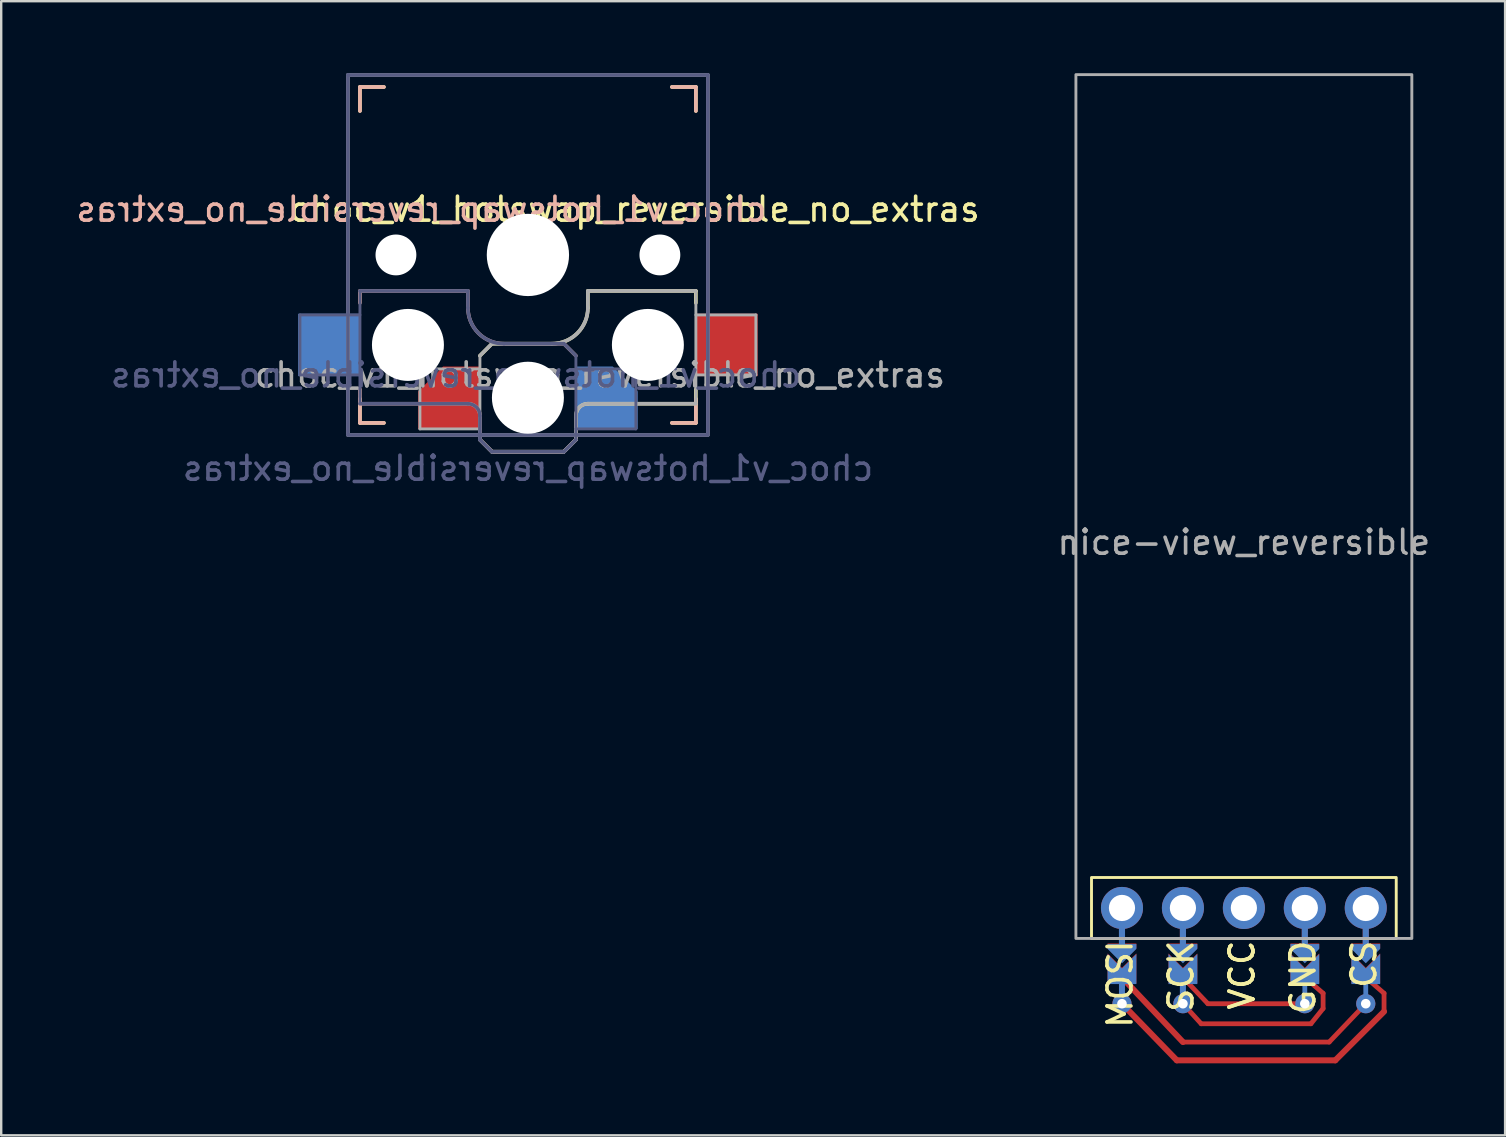
<source format=kicad_pcb>
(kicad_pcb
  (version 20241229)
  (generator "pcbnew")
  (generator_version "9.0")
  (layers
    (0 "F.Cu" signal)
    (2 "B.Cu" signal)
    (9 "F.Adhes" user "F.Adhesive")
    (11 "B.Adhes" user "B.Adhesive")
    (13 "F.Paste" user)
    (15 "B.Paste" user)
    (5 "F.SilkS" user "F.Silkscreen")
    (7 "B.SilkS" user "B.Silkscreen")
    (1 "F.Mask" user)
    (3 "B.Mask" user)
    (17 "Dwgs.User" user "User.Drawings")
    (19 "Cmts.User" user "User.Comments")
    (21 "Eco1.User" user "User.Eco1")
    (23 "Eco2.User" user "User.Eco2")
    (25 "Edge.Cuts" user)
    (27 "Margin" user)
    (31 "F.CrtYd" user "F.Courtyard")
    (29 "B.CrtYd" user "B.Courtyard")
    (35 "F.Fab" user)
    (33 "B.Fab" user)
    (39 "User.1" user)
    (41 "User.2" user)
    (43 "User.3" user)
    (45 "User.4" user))
  (footprint "nice-view_reversible"
    (layer "F.Cu")
    (at 48.789 18.28)
    (property "Reference" "nice-view_reversible" (at 0 1.27 0) (unlocked yes) (layer "F.Fab") (effects (font (size 1 1) (thickness 0.15))))
    (attr through_hole)
    (fp_line (start -5.08 16.611) (end -5.08 18.389) (stroke (width 0.25) (type default)) (layer "F.Cu"))
    (fp_line (start -5.08 19.405) (end -2.54 22.098) (stroke (width 0.25) (type default)) (layer "F.Cu"))
    (fp_line (start -5.08 20.5) (end -2.794 22.86) (stroke (width 0.25) (type default)) (layer "F.Cu"))
    (fp_line (start -2.794 22.86) (end 3.81 22.86) (stroke (width 0.25) (type default)) (layer "F.Cu"))
    (fp_line (start -2.54 16.611) (end -2.54 18.389) (stroke (width 0.254) (type default)) (layer "F.Cu"))
    (fp_line (start -2.54 19.405) (end -1.5 20.5) (stroke (width 0.2) (type default)) (layer "F.Cu"))
    (fp_line (start -2.54 22.098) (end 3.556 22.098) (stroke (width 0.2) (type default)) (layer "F.Cu"))
    (fp_line (start -1.778 21.336) (end -2.54 20.5) (stroke (width 0.2) (type default)) (layer "F.Cu"))
    (fp_line (start -1.5 20.5) (end 2.54 20.5) (stroke (width 0.2) (type default)) (layer "F.Cu"))
    (fp_line (start 2.54 16.611) (end 2.54 18.389) (stroke (width 0.254) (type default)) (layer "F.Cu"))
    (fp_line (start 2.54 19.405) (end 3.302 20.066) (stroke (width 0.2) (type default)) (layer "F.Cu"))
    (fp_line (start 2.794 21.336) (end -1.778 21.336) (stroke (width 0.2) (type default)) (layer "F.Cu"))
    (fp_line (start 2.794 21.336) (end 3.302 20.701) (stroke (width 0.2) (type default)) (layer "F.Cu"))
    (fp_line (start 3.302 20.066) (end 3.302 20.701) (stroke (width 0.2) (type default)) (layer "F.Cu"))
    (fp_line (start 3.556 22.098) (end 5.08 20.5) (stroke (width 0.2) (type default)) (layer "F.Cu"))
    (fp_line (start 3.81 22.86) (end 5.842 20.828) (stroke (width 0.25) (type default)) (layer "F.Cu"))
    (fp_line (start 5.08 16.611) (end 5.08 18.389) (stroke (width 0.254) (type default)) (layer "F.Cu"))
    (fp_line (start 5.842 20.066) (end 5.08 19.405) (stroke (width 0.2) (type default)) (layer "F.Cu"))
    (fp_line (start 5.842 20.828) (end 5.842 20.066) (stroke (width 0.2) (type default)) (layer "F.Cu"))
    (fp_poly (pts (xy -4.572 19.151) (xy -5.588 19.151) (xy -5.588 18.135) (xy -4.572 18.135)) (stroke (width 0.2) (type solid)) (fill yes) (layer "F.Mask"))
    (fp_poly (pts (xy -2.032 19.151) (xy -3.048 19.151) (xy -3.048 18.135) (xy -2.032 18.135)) (stroke (width 0.2) (type solid)) (fill yes) (layer "F.Mask"))
    (fp_poly (pts (xy 3.048 19.151) (xy 2.032 19.151) (xy 2.032 18.135) (xy 3.048 18.135)) (stroke (width 0.2) (type solid)) (fill yes) (layer "F.Mask"))
    (fp_poly (pts (xy 5.588 19.151) (xy 4.572 19.151) (xy 4.572 18.135) (xy 5.588 18.135)) (stroke (width 0.2) (type solid)) (fill yes) (layer "F.Mask"))
    (fp_line (start -5.08 16.637) (end -5.08 18.415) (stroke (width 0.254) (type default)) (layer "B.Cu"))
    (fp_line (start -5.08 19.431) (end -5.08 20.526) (stroke (width 0.25) (type default)) (layer "B.Cu"))
    (fp_line (start -2.54 16.637) (end -2.54 18.415) (stroke (width 0.254) (type default)) (layer "B.Cu"))
    (fp_line (start -2.54 20.447) (end -2.54 19.177) (stroke (width 0.254) (type default)) (layer "B.Cu"))
    (fp_line (start 2.54 16.637) (end 2.54 18.415) (stroke (width 0.254) (type default)) (layer "B.Cu"))
    (fp_line (start 2.54 19.431) (end 2.54 20.526) (stroke (width 0.2) (type default)) (layer "B.Cu"))
    (fp_line (start 5.08 16.637) (end 5.08 18.415) (stroke (width 0.254) (type default)) (layer "B.Cu"))
    (fp_line (start 5.08 19.431) (end 5.08 20.526) (stroke (width 0.2) (type default)) (layer "B.Cu"))
    (fp_poly (pts (xy -4.572 19.151) (xy -5.588 19.151) (xy -5.588 18.135) (xy -4.572 18.135)) (stroke (width 0.2) (type solid)) (fill yes) (layer "B.Mask"))
    (fp_poly (pts (xy -2.032 19.151) (xy -3.048 19.151) (xy -3.048 18.135) (xy -2.032 18.135)) (stroke (width 0.2) (type solid)) (fill yes) (layer "B.Mask"))
    (fp_poly (pts (xy 3.048 19.151) (xy 2.032 19.151) (xy 2.032 18.135) (xy 3.048 18.135)) (stroke (width 0.2) (type solid)) (fill yes) (layer "B.Mask"))
    (fp_poly (pts (xy 5.588 19.151) (xy 4.572 19.151) (xy 4.572 18.135) (xy 5.588 18.135)) (stroke (width 0.2) (type solid)) (fill yes) (layer "B.Mask"))
    (fp_rect (start -6.35 15.24) (end 6.35 17.78) (stroke (width 0.12) (type solid)) (fill no) (layer "F.SilkS"))
    (fp_rect (start 7 17.78) (end -7 -18.22) (stroke (width 0.12) (type solid)) (fill no) (layer "F.Fab"))
    (fp_text user "GND" (at 2.46 17.78 90) (unlocked yes) (layer "F.SilkS") (effects (font (size 1 1) (thickness 0.15)) (justify right)))
    (fp_text user "SCK" (at -2.62 17.78 90) (unlocked yes) (layer "F.SilkS") (effects (font (size 1 1) (thickness 0.15)) (justify right)))
    (fp_text user "MOSI" (at -5.16 17.78 90) (unlocked yes) (layer "F.SilkS") (effects (font (size 1 1) (thickness 0.15)) (justify right)))
    (fp_text user "VCC" (at -0.08 17.78 90) (unlocked yes) (layer "F.SilkS") (effects (font (size 1 1) (thickness 0.15)) (justify right)))
    (fp_text user "CS" (at 5 17.78 90) (unlocked yes) (layer "F.SilkS") (effects (font (size 1 1) (thickness 0.15)) (justify right)))
    (fp_text user "VCC" (at -0.08 17.78 90) (unlocked yes) (layer "F.SilkS") (effects (font (size 1 1) (thickness 0.15)) (justify right)))
    (pad "" smd custom (at -5.08 18.389) (size 0.1 0.1) (layers "F.Cu" "B.Mask") (options (anchor rect)) (primitives (gr_poly (pts (xy 0.6 -0.4) (xy -0.6 -0.4) (xy -0.6 -0.2) (xy 0 0.4) (xy 0.6 -0.2)) (width 0) (fill yes))))
    (pad "" smd custom (at -5.08 18.415) (size 0.1 0.1) (layers "F.Mask" "B.Cu") (options (anchor rect)) (primitives (gr_poly (pts (xy 0.6 -0.4) (xy -0.6 -0.4) (xy -0.6 -0.2) (xy 0 0.4) (xy 0.6 -0.2)) (width 0) (fill yes))))
    (pad "" smd custom (at -2.54 18.389) (size 0.1 0.1) (layers "F.Cu" "F.Mask") (options (anchor rect)) (primitives (gr_poly (pts (xy -0.6 -0.4) (xy 0.6 -0.4) (xy 0.6 -0.2) (xy 0 0.4) (xy -0.6 -0.2)) (width 0) (fill yes))))
    (pad "" smd custom (at -2.54 18.415) (size 0.1 0.1) (layers "F.Mask" "B.Cu") (options (anchor rect)) (primitives (gr_poly (pts (xy 0.6 -0.4) (xy -0.6 -0.4) (xy -0.6 -0.2) (xy 0 0.4) (xy 0.6 -0.2)) (width 0) (fill yes))))
    (pad "" smd custom (at 2.54 18.389) (size 0.1 0.1) (layers "F.Cu" "B.Mask") (options (anchor rect)) (primitives (gr_poly (pts (xy 0.6 -0.4) (xy -0.6 -0.4) (xy -0.6 -0.2) (xy 0 0.4) (xy 0.6 -0.2)) (width 0) (fill yes))))
    (pad "" smd custom (at 2.54 18.415) (size 0.1 0.1) (layers "F.Mask" "B.Cu") (options (anchor rect)) (primitives (gr_poly (pts (xy 0.6 -0.4) (xy -0.6 -0.4) (xy -0.6 -0.2) (xy 0 0.4) (xy 0.6 -0.2)) (width 0) (fill yes))))
    (pad "" smd custom (at 5.08 18.389) (size 0.1 0.1) (layers "F.Cu" "B.Mask") (options (anchor rect)) (primitives (gr_poly (pts (xy 0.6 -0.4) (xy -0.6 -0.4) (xy -0.6 -0.2) (xy 0 0.4) (xy 0.6 -0.2)) (width 0) (fill yes))))
    (pad "" smd custom (at 5.08 18.415) (size 0.1 0.1) (layers "F.Mask" "B.Cu") (options (anchor rect)) (primitives (gr_poly (pts (xy 0.6 -0.4) (xy -0.6 -0.4) (xy -0.6 -0.2) (xy 0 0.4) (xy 0.6 -0.2)) (width 0) (fill yes))))
    (pad "1" thru_hole circle (at -5.08 16.51) (size 1.753 1.753) (drill 1.092) (layers "*.Cu" "*.Mask"))
    (pad "1" smd custom (at -5.08 19.431) (size 1.2 0.5) (layers "F.Mask" "B.Cu") (options (anchor rect)) (primitives (gr_poly (pts (xy 0.6 0) (xy -0.6 0) (xy -0.6 -1) (xy 0 -0.4) (xy 0.6 -1)) (width 0) (fill yes))))
    (pad "1" thru_hole circle (at -5.08 20.5 180) (size 0.8 0.8) (drill 0.4) (layers "*.Cu"))
    (pad "1" smd custom (at 5.08 19.405) (size 1.2 0.5) (layers "F.Cu" "B.Mask") (options (anchor rect)) (primitives (gr_poly (pts (xy 0.6 0) (xy -0.6 0) (xy -0.6 -1) (xy 0 -0.4) (xy 0.6 -1)) (width 0) (fill yes))))
    (pad "2" thru_hole circle (at -2.54 16.51) (size 1.753 1.753) (drill 1.092) (layers "*.Cu" "*.Mask"))
    (pad "2" smd custom (at -2.54 19.431) (size 1.2 0.5) (layers "F.Mask" "B.Cu") (options (anchor rect)) (primitives (gr_poly (pts (xy 0.6 0) (xy -0.6 0) (xy -0.6 -1) (xy 0 -0.4) (xy 0.6 -1)) (width 0) (fill yes))))
    (pad "2" thru_hole circle (at -2.54 20.5 180) (size 0.8 0.8) (drill 0.4) (layers "*.Cu"))
    (pad "2" smd custom (at 2.54 19.405) (size 1.2 0.5) (layers "F.Cu" "B.Mask") (options (anchor rect)) (primitives (gr_poly (pts (xy 0.6 0) (xy -0.6 0) (xy -0.6 -1) (xy 0 -0.4) (xy 0.6 -1)) (width 0) (fill yes))))
    (pad "3" thru_hole circle (at 0 16.51) (size 1.753 1.753) (drill 1.092) (layers "*.Cu" "*.Mask"))
    (pad "4" smd custom (at -2.54 19.405) (size 1.2 0.5) (layers "F.Cu" "B.Mask") (options (anchor rect)) (primitives (gr_poly (pts (xy 0.6 0) (xy -0.6 0) (xy -0.6 -1) (xy 0 -0.4) (xy 0.6 -1)) (width 0) (fill yes))))
    (pad "4" thru_hole circle (at 2.54 16.51) (size 1.753 1.753) (drill 1.092) (layers "*.Cu" "*.Mask"))
    (pad "4" smd custom (at 2.54 19.431) (size 1.2 0.5) (layers "F.Mask" "B.Cu") (options (anchor rect)) (primitives (gr_poly (pts (xy 0.6 0) (xy -0.6 0) (xy -0.6 -1) (xy 0 -0.4) (xy 0.6 -1)) (width 0) (fill yes))))
    (pad "4" thru_hole circle (at 2.54 20.5 180) (size 0.8 0.8) (drill 0.4) (layers "*.Cu"))
    (pad "5" smd custom (at -5.08 19.405) (size 1.2 0.5) (layers "F.Cu" "B.Mask") (options (anchor rect)) (primitives (gr_poly (pts (xy 0.6 0) (xy -0.6 0) (xy -0.6 -1) (xy 0 -0.4) (xy 0.6 -1)) (width 0) (fill yes))))
    (pad "5" thru_hole circle (at 5.08 16.51) (size 1.753 1.753) (drill 1.092) (layers "*.Cu" "*.Mask"))
    (pad "5" smd custom (at 5.08 19.431) (size 1.2 0.5) (layers "F.Mask" "B.Cu") (options (anchor rect)) (primitives (gr_poly (pts (xy 0.6 0) (xy -0.6 0) (xy -0.6 -1) (xy 0 -0.4) (xy 0.6 -1)) (width 0) (fill yes))))
    (pad "5" thru_hole circle (at 5.08 20.5 180) (size 0.8 0.8) (drill 0.4) (layers "*.Cu")))
  (footprint "choc_v1_hotswap_reversible_no_extras"
    (layer "F.Cu")
    (at 18.951 7.575)
    (property "Reference" "choc_v1_hotswap_reversible_no_extras" (at 4.445 -1.905 0) (layer "F.SilkS") (effects (font (size 1 1) (thickness 0.15))))
    (property "Value" "choc_v1_hotswap_reversible_no_extras" (at 0 8.89 0) (layer "F.Fab") (hide yes) (effects (font (size 1 1) (thickness 0.15))))
    (attr smd)
    (fp_line (start -7 -7) (end -6 -7) (stroke (width 0.15) (type solid)) (layer "F.SilkS"))
    (fp_line (start -7 -6) (end -7 -7) (stroke (width 0.15) (type solid)) (layer "F.SilkS"))
    (fp_line (start -7 7) (end -7 6) (stroke (width 0.15) (type solid)) (layer "F.SilkS"))
    (fp_line (start -6 7) (end -7 7) (stroke (width 0.15) (type solid)) (layer "F.SilkS"))
    (fp_line (start -2 4.2) (end -1.5 3.7) (stroke (width 0.15) (type solid)) (layer "F.SilkS"))
    (fp_line (start -2 7.7) (end -1.5 8.2) (stroke (width 0.15) (type solid)) (layer "F.SilkS"))
    (fp_line (start -1.5 3.7) (end 1 3.7) (stroke (width 0.15) (type solid)) (layer "F.SilkS"))
    (fp_line (start -1.5 8.2) (end 1.5 8.2) (stroke (width 0.15) (type solid)) (layer "F.SilkS"))
    (fp_line (start 1.5 8.2) (end 2 7.7) (stroke (width 0.15) (type solid)) (layer "F.SilkS"))
    (fp_line (start 2 6.7) (end 2 7.7) (stroke (width 0.15) (type solid)) (layer "F.SilkS"))
    (fp_line (start 2.5 1.5) (end 7 1.5) (stroke (width 0.15) (type solid)) (layer "F.SilkS"))
    (fp_line (start 2.5 2.2) (end 2.5 1.5) (stroke (width 0.15) (type solid)) (layer "F.SilkS"))
    (fp_line (start 6 -7) (end 7 -7) (stroke (width 0.15) (type solid)) (layer "F.SilkS"))
    (fp_line (start 7 -7) (end 7 -6) (stroke (width 0.15) (type solid)) (layer "F.SilkS"))
    (fp_line (start 7 1.5) (end 7 2) (stroke (width 0.15) (type solid)) (layer "F.SilkS"))
    (fp_line (start 7 5.6) (end 7 6.2) (stroke (width 0.15) (type solid)) (layer "F.SilkS"))
    (fp_line (start 7 6) (end 7 7) (stroke (width 0.15) (type solid)) (layer "F.SilkS"))
    (fp_line (start 7 6.2) (end 2.5 6.2) (stroke (width 0.15) (type solid)) (layer "F.SilkS"))
    (fp_line (start 7 7) (end 6 7) (stroke (width 0.15) (type solid)) (layer "F.SilkS"))
    (fp_arc (start 2 6.7) (mid 2.146447 6.346447) (end 2.5 6.2) (stroke (width 0.15) (type solid)) (layer "F.SilkS"))
    (fp_arc (start 2.5 2.2) (mid 2.06066 3.26066) (end 1 3.7) (stroke (width 0.15) (type solid)) (layer "F.SilkS"))
    (fp_line (start -7 -7) (end -6 -7) (stroke (width 0.15) (type solid)) (layer "B.SilkS"))
    (fp_line (start -7 -6) (end -7 -7) (stroke (width 0.15) (type solid)) (layer "B.SilkS"))
    (fp_line (start -7 1.5) (end -7 2) (stroke (width 0.15) (type solid)) (layer "B.SilkS"))
    (fp_line (start -7 5.6) (end -7 6.2) (stroke (width 0.15) (type solid)) (layer "B.SilkS"))
    (fp_line (start -7 6.2) (end -2.5 6.2) (stroke (width 0.15) (type solid)) (layer "B.SilkS"))
    (fp_line (start -7 7) (end -7 6) (stroke (width 0.15) (type solid)) (layer "B.SilkS"))
    (fp_line (start -6 7) (end -7 7) (stroke (width 0.15) (type solid)) (layer "B.SilkS"))
    (fp_line (start -2.5 1.5) (end -7 1.5) (stroke (width 0.15) (type solid)) (layer "B.SilkS"))
    (fp_line (start -2.5 2.2) (end -2.5 1.5) (stroke (width 0.15) (type solid)) (layer "B.SilkS"))
    (fp_line (start -2 6.7) (end -2 7.7) (stroke (width 0.15) (type solid)) (layer "B.SilkS"))
    (fp_line (start -1.5 8.2) (end -2 7.7) (stroke (width 0.15) (type solid)) (layer "B.SilkS"))
    (fp_line (start 1.5 3.7) (end -1 3.7) (stroke (width 0.15) (type solid)) (layer "B.SilkS"))
    (fp_line (start 1.5 8.2) (end -1.5 8.2) (stroke (width 0.15) (type solid)) (layer "B.SilkS"))
    (fp_line (start 2 4.2) (end 1.5 3.7) (stroke (width 0.15) (type solid)) (layer "B.SilkS"))
    (fp_line (start 2 7.7) (end 1.5 8.2) (stroke (width 0.15) (type solid)) (layer "B.SilkS"))
    (fp_line (start 6 -7) (end 7 -7) (stroke (width 0.15) (type solid)) (layer "B.SilkS"))
    (fp_line (start 7 -7) (end 7 -6) (stroke (width 0.15) (type solid)) (layer "B.SilkS"))
    (fp_line (start 7 6) (end 7 7) (stroke (width 0.15) (type solid)) (layer "B.SilkS"))
    (fp_line (start 7 7) (end 6 7) (stroke (width 0.15) (type solid)) (layer "B.SilkS"))
    (fp_arc (start -2.5 6.2) (mid -2.146447 6.346447) (end -2 6.7) (stroke (width 0.15) (type solid)) (layer "B.SilkS"))
    (fp_arc (start -1 3.7) (mid -2.06066 3.26066) (end -2.5 2.2) (stroke (width 0.15) (type solid)) (layer "B.SilkS"))
    (fp_line (start -6.9 6.9) (end -6.9 -6.9) (stroke (width 0.15) (type solid)) (layer "Eco2.User"))
    (fp_line (start -6.9 6.9) (end 6.9 6.9) (stroke (width 0.15) (type solid)) (layer "Eco2.User"))
    (fp_line (start -2.6 -3.1) (end -2.6 -6.3) (stroke (width 0.15) (type solid)) (layer "Eco2.User"))
    (fp_line (start -2.6 -3.1) (end 2.6 -3.1) (stroke (width 0.15) (type solid)) (layer "Eco2.User"))
    (fp_line (start 2.6 -6.3) (end -2.6 -6.3) (stroke (width 0.15) (type solid)) (layer "Eco2.User"))
    (fp_line (start 2.6 -3.1) (end 2.6 -6.3) (stroke (width 0.15) (type solid)) (layer "Eco2.User"))
    (fp_line (start 6.9 -6.9) (end -6.9 -6.9) (stroke (width 0.15) (type solid)) (layer "Eco2.User"))
    (fp_line (start 6.9 -6.9) (end 6.9 6.9) (stroke (width 0.15) (type solid)) (layer "Eco2.User"))
    (fp_line (start -9.5 2.5) (end -7 2.5) (stroke (width 0.12) (type solid)) (layer "B.Fab"))
    (fp_line (start -9.5 5) (end -9.5 2.5) (stroke (width 0.12) (type solid)) (layer "B.Fab"))
    (fp_line (start -7.5 -7.5) (end 7.5 -7.5) (stroke (width 0.15) (type solid)) (layer "B.Fab"))
    (fp_line (start -7.5 7.5) (end -7.5 -7.5) (stroke (width 0.15) (type solid)) (layer "B.Fab"))
    (fp_line (start -7 1.5) (end -7 6.2) (stroke (width 0.12) (type solid)) (layer "B.Fab"))
    (fp_line (start -7 5) (end -9.5 5) (stroke (width 0.12) (type solid)) (layer "B.Fab"))
    (fp_line (start -7 6.2) (end -2.5 6.2) (stroke (width 0.15) (type solid)) (layer "B.Fab"))
    (fp_line (start -2.5 1.5) (end -7 1.5) (stroke (width 0.15) (type solid)) (layer "B.Fab"))
    (fp_line (start -2.5 2.2) (end -2.5 1.5) (stroke (width 0.15) (type solid)) (layer "B.Fab"))
    (fp_line (start -2 6.7) (end -2 7.7) (stroke (width 0.15) (type solid)) (layer "B.Fab"))
    (fp_line (start -1.5 8.2) (end -2 7.7) (stroke (width 0.15) (type solid)) (layer "B.Fab"))
    (fp_line (start 1.5 3.7) (end -1 3.7) (stroke (width 0.15) (type solid)) (layer "B.Fab"))
    (fp_line (start 1.5 8.2) (end -1.5 8.2) (stroke (width 0.15) (type solid)) (layer "B.Fab"))
    (fp_line (start 2 4.2) (end 1.5 3.7) (stroke (width 0.15) (type solid)) (layer "B.Fab"))
    (fp_line (start 2 4.25) (end 2 7.7) (stroke (width 0.12) (type solid)) (layer "B.Fab"))
    (fp_line (start 2 4.75) (end 4.5 4.75) (stroke (width 0.12) (type solid)) (layer "B.Fab"))
    (fp_line (start 2 7.7) (end 1.5 8.2) (stroke (width 0.15) (type solid)) (layer "B.Fab"))
    (fp_line (start 4.5 4.75) (end 4.5 7.25) (stroke (width 0.12) (type solid)) (layer "B.Fab"))
    (fp_line (start 4.5 7.25) (end 2 7.25) (stroke (width 0.12) (type solid)) (layer "B.Fab"))
    (fp_line (start 7.5 -7.5) (end 7.5 7.5) (stroke (width 0.15) (type solid)) (layer "B.Fab"))
    (fp_line (start 7.5 7.5) (end -7.5 7.5) (stroke (width 0.15) (type solid)) (layer "B.Fab"))
    (fp_arc (start -2.5 6.2) (mid -2.146447 6.346447) (end -2 6.7) (stroke (width 0.15) (type solid)) (layer "B.Fab"))
    (fp_arc (start -1 3.7) (mid -2.06066 3.26066) (end -2.5 2.2) (stroke (width 0.15) (type solid)) (layer "B.Fab"))
    (fp_line (start -7.5 -7.5) (end 7.5 -7.5) (stroke (width 0.15) (type solid)) (layer "F.Fab"))
    (fp_line (start -7.5 7.5) (end -7.5 -7.5) (stroke (width 0.15) (type solid)) (layer "F.Fab"))
    (fp_line (start -4.5 4.75) (end -4.5 7.25) (stroke (width 0.12) (type solid)) (layer "F.Fab"))
    (fp_line (start -4.5 7.25) (end -2 7.25) (stroke (width 0.12) (type solid)) (layer "F.Fab"))
    (fp_line (start -2 4.2) (end -1.5 3.7) (stroke (width 0.15) (type solid)) (layer "F.Fab"))
    (fp_line (start -2 4.25) (end -2 7.7) (stroke (width 0.12) (type solid)) (layer "F.Fab"))
    (fp_line (start -2 4.75) (end -4.5 4.75) (stroke (width 0.12) (type solid)) (layer "F.Fab"))
    (fp_line (start -2 7.7) (end -1.5 8.2) (stroke (width 0.15) (type solid)) (layer "F.Fab"))
    (fp_line (start -1.5 3.7) (end 1 3.7) (stroke (width 0.15) (type solid)) (layer "F.Fab"))
    (fp_line (start -1.5 8.2) (end 1.5 8.2) (stroke (width 0.15) (type solid)) (layer "F.Fab"))
    (fp_line (start 1.5 8.2) (end 2 7.7) (stroke (width 0.15) (type solid)) (layer "F.Fab"))
    (fp_line (start 2 6.7) (end 2 7.7) (stroke (width 0.15) (type solid)) (layer "F.Fab"))
    (fp_line (start 2.5 1.5) (end 7 1.5) (stroke (width 0.15) (type solid)) (layer "F.Fab"))
    (fp_line (start 2.5 2.2) (end 2.5 1.5) (stroke (width 0.15) (type solid)) (layer "F.Fab"))
    (fp_line (start 7 1.5) (end 7 6.2) (stroke (width 0.12) (type solid)) (layer "F.Fab"))
    (fp_line (start 7 5) (end 9.5 5) (stroke (width 0.12) (type solid)) (layer "F.Fab"))
    (fp_line (start 7 6.2) (end 2.5 6.2) (stroke (width 0.15) (type solid)) (layer "F.Fab"))
    (fp_line (start 7.5 -7.5) (end 7.5 7.5) (stroke (width 0.15) (type solid)) (layer "F.Fab"))
    (fp_line (start 7.5 7.5) (end -7.5 7.5) (stroke (width 0.15) (type solid)) (layer "F.Fab"))
    (fp_line (start 9.5 2.5) (end 7 2.5) (stroke (width 0.12) (type solid)) (layer "F.Fab"))
    (fp_line (start 9.5 5) (end 9.5 2.5) (stroke (width 0.12) (type solid)) (layer "F.Fab"))
    (fp_arc (start 2 6.7) (mid 2.146447 6.346447) (end 2.5 6.2) (stroke (width 0.15) (type solid)) (layer "F.Fab"))
    (fp_arc (start 2.5 2.2) (mid 2.06066 3.26066) (end 1 3.7) (stroke (width 0.15) (type solid)) (layer "F.Fab"))
    (fp_text user "${REFERENCE}" (at -4.445 -1.905 0) (layer "B.SilkS") (effects (font (size 1 1) (thickness 0.15)) (justify mirror)))
    (fp_text user "${VALUE}" (at 0 8.89 0) (layer "B.Fab") (effects (font (size 1 1) (thickness 0.15)) (justify mirror)))
    (fp_text user "${REFERENCE}" (at -3 5 0) (layer "B.Fab") (effects (font (size 1 1) (thickness 0.15)) (justify mirror)))
    (fp_text user "${REFERENCE}" (at 3 5 180) (layer "F.Fab") (effects (font (size 1 1) (thickness 0.15))))
    (pad "" np_thru_hole circle (at -5.5 0) (size 1.702 1.702) (drill 1.702) (layers "*.Cu" "*.Mask"))
    (pad "" np_thru_hole circle (at -5 3.75) (size 3 3) (drill 3) (layers "*.Cu" "*.Mask"))
    (pad "" np_thru_hole circle (at 0 0) (size 3.429 3.429) (drill 3.429) (layers "*.Cu" "*.Mask"))
    (pad "" np_thru_hole circle (at 0 5.95) (size 3 3) (drill 3) (layers "*.Cu" "*.Mask"))
    (pad "" np_thru_hole circle (at 5 3.75) (size 3 3) (drill 3) (layers "*.Cu" "*.Mask"))
    (pad "" np_thru_hole circle (at 5.5 0) (size 1.702 1.702) (drill 1.702) (layers "*.Cu" "*.Mask"))
    (pad "1" smd roundrect (at -3.275 5.95) (size 2.6 2.6) (layers "F.Cu" "F.Mask" "F.Paste") (roundrect_rratio 0) (chamfer_ratio 0.4) (chamfer top_left))
    (pad "1" smd roundrect (at 3.275 5.95) (size 2.6 2.6) (layers "B.Cu" "B.Mask" "B.Paste") (roundrect_rratio 0) (chamfer_ratio 0.4) (chamfer top_right))
    (pad "2" smd rect (at -8.275 3.75) (size 2.6 2.6) (layers "B.Cu" "B.Mask" "B.Paste"))
    (pad "2" smd rect (at 8.275 3.75) (size 2.6 2.6) (layers "F.Cu" "F.Mask" "F.Paste")))
  (gr_rect
    (start -3 -3)
    (end 59.676 44.265)
    (stroke (width 0.1) (type default))
    (fill no)
    (layer "Edge.Cuts")))
</source>
